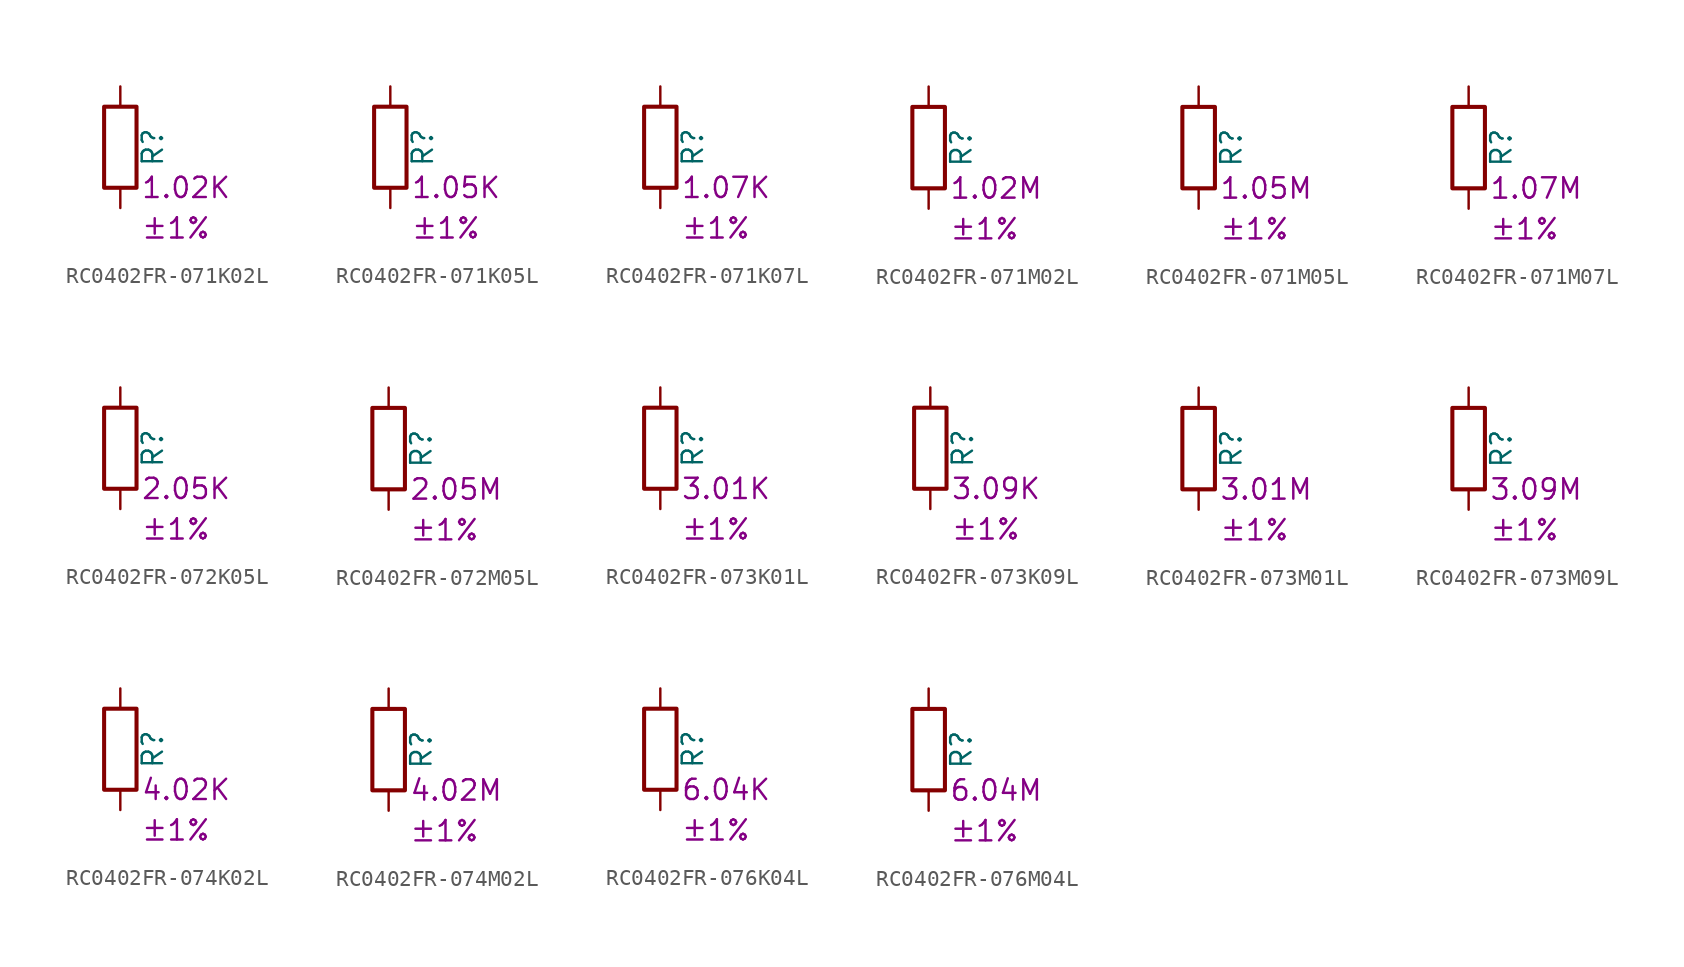
<source format=kicad_sym>
(kicad_symbol_lib
  (version 20220914)
  (generator kicad_symbol_editor)
  (symbol "RC0402FR-071K02L"
    (pin_numbers hide)
    (pin_names
      (offset 0))
    (property "Reference" "R"
      (at 2.032 0 90)
      (effects (font (size 1.27 1.27))))
    (property "Resistance" "1.02K"
      (at 1.27 -2.54 0)
      (effects (font (size 1.27 1.27)) (justify left)))
    (property "Tolerance" "±1%"
      (at 1.27 -5.08 0)
      (effects (font (size 1.27 1.27)) (justify left)))
    (symbol "RC0402FR-071K02L_0_1"
      (rectangle (start -1.016 -2.54) (end 1.016 2.54) (stroke (width 0.254) (type default)) (fill (type none))))
    (symbol "RC0402FR-071K02L_1_1"
      (pin passive line (at 0 3.81 270) (length 1.27) (name "~" (effects (font (size 1.27 1.27)))) (number "1" (effects (font (size 1.27 1.27)))))
      (pin passive line (at 0 -3.81 90) (length 1.27) (name "~" (effects (font (size 1.27 1.27)))) (number "2" (effects (font (size 1.27 1.27)))))))
  (symbol "RC0402FR-071K05L"
    (pin_numbers hide)
    (pin_names
      (offset 0))
    (property "Reference" "R"
      (at 2.032 0 90)
      (effects (font (size 1.27 1.27))))
    (property "Resistance" "1.05K"
      (at 1.27 -2.54 0)
      (effects (font (size 1.27 1.27)) (justify left)))
    (property "Tolerance" "±1%"
      (at 1.27 -5.08 0)
      (effects (font (size 1.27 1.27)) (justify left)))
    (symbol "RC0402FR-071K05L_0_1"
      (rectangle (start -1.016 -2.54) (end 1.016 2.54) (stroke (width 0.254) (type default)) (fill (type none))))
    (symbol "RC0402FR-071K05L_1_1"
      (pin passive line (at 0 3.81 270) (length 1.27) (name "~" (effects (font (size 1.27 1.27)))) (number "1" (effects (font (size 1.27 1.27)))))
      (pin passive line (at 0 -3.81 90) (length 1.27) (name "~" (effects (font (size 1.27 1.27)))) (number "2" (effects (font (size 1.27 1.27)))))))
  (symbol "RC0402FR-071K07L"
    (pin_numbers hide)
    (pin_names
      (offset 0))
    (property "Reference" "R"
      (at 2.032 0 90)
      (effects (font (size 1.27 1.27))))
    (property "Resistance" "1.07K"
      (at 1.27 -2.54 0)
      (effects (font (size 1.27 1.27)) (justify left)))
    (property "Tolerance" "±1%"
      (at 1.27 -5.08 0)
      (effects (font (size 1.27 1.27)) (justify left)))
    (symbol "RC0402FR-071K07L_0_1"
      (rectangle (start -1.016 -2.54) (end 1.016 2.54) (stroke (width 0.254) (type default)) (fill (type none))))
    (symbol "RC0402FR-071K07L_1_1"
      (pin passive line (at 0 3.81 270) (length 1.27) (name "~" (effects (font (size 1.27 1.27)))) (number "1" (effects (font (size 1.27 1.27)))))
      (pin passive line (at 0 -3.81 90) (length 1.27) (name "~" (effects (font (size 1.27 1.27)))) (number "2" (effects (font (size 1.27 1.27)))))))
  (symbol "RC0402FR-071M02L"
    (pin_numbers hide)
    (pin_names
      (offset 0))
    (property "Reference" "R"
      (at 2.032 0 90)
      (effects (font (size 1.27 1.27))))
    (property "Resistance" "1.02M"
      (at 1.27 -2.54 0)
      (effects (font (size 1.27 1.27)) (justify left)))
    (property "Tolerance" "±1%"
      (at 1.27 -5.08 0)
      (effects (font (size 1.27 1.27)) (justify left)))
    (symbol "RC0402FR-071M02L_0_1"
      (rectangle (start -1.016 -2.54) (end 1.016 2.54) (stroke (width 0.254) (type default)) (fill (type none))))
    (symbol "RC0402FR-071M02L_1_1"
      (pin passive line (at 0 3.81 270) (length 1.27) (name "~" (effects (font (size 1.27 1.27)))) (number "1" (effects (font (size 1.27 1.27)))))
      (pin passive line (at 0 -3.81 90) (length 1.27) (name "~" (effects (font (size 1.27 1.27)))) (number "2" (effects (font (size 1.27 1.27)))))))
  (symbol "RC0402FR-071M05L"
    (pin_numbers hide)
    (pin_names
      (offset 0))
    (property "Reference" "R"
      (at 2.032 0 90)
      (effects (font (size 1.27 1.27))))
    (property "Resistance" "1.05M"
      (at 1.27 -2.54 0)
      (effects (font (size 1.27 1.27)) (justify left)))
    (property "Tolerance" "±1%"
      (at 1.27 -5.08 0)
      (effects (font (size 1.27 1.27)) (justify left)))
    (symbol "RC0402FR-071M05L_0_1"
      (rectangle (start -1.016 -2.54) (end 1.016 2.54) (stroke (width 0.254) (type default)) (fill (type none))))
    (symbol "RC0402FR-071M05L_1_1"
      (pin passive line (at 0 3.81 270) (length 1.27) (name "~" (effects (font (size 1.27 1.27)))) (number "1" (effects (font (size 1.27 1.27)))))
      (pin passive line (at 0 -3.81 90) (length 1.27) (name "~" (effects (font (size 1.27 1.27)))) (number "2" (effects (font (size 1.27 1.27)))))))
  (symbol "RC0402FR-071M07L"
    (pin_numbers hide)
    (pin_names
      (offset 0))
    (property "Reference" "R"
      (at 2.032 0 90)
      (effects (font (size 1.27 1.27))))
    (property "Resistance" "1.07M"
      (at 1.27 -2.54 0)
      (effects (font (size 1.27 1.27)) (justify left)))
    (property "Tolerance" "±1%"
      (at 1.27 -5.08 0)
      (effects (font (size 1.27 1.27)) (justify left)))
    (symbol "RC0402FR-071M07L_0_1"
      (rectangle (start -1.016 -2.54) (end 1.016 2.54) (stroke (width 0.254) (type default)) (fill (type none))))
    (symbol "RC0402FR-071M07L_1_1"
      (pin passive line (at 0 3.81 270) (length 1.27) (name "~" (effects (font (size 1.27 1.27)))) (number "1" (effects (font (size 1.27 1.27)))))
      (pin passive line (at 0 -3.81 90) (length 1.27) (name "~" (effects (font (size 1.27 1.27)))) (number "2" (effects (font (size 1.27 1.27)))))))
  (symbol "RC0402FR-072K05L"
    (pin_numbers hide)
    (pin_names
      (offset 0))
    (property "Reference" "R"
      (at 2.032 0 90)
      (effects (font (size 1.27 1.27))))
    (property "Resistance" "2.05K"
      (at 1.27 -2.54 0)
      (effects (font (size 1.27 1.27)) (justify left)))
    (property "Tolerance" "±1%"
      (at 1.27 -5.08 0)
      (effects (font (size 1.27 1.27)) (justify left)))
    (symbol "RC0402FR-072K05L_0_1"
      (rectangle (start -1.016 -2.54) (end 1.016 2.54) (stroke (width 0.254) (type default)) (fill (type none))))
    (symbol "RC0402FR-072K05L_1_1"
      (pin passive line (at 0 3.81 270) (length 1.27) (name "~" (effects (font (size 1.27 1.27)))) (number "1" (effects (font (size 1.27 1.27)))))
      (pin passive line (at 0 -3.81 90) (length 1.27) (name "~" (effects (font (size 1.27 1.27)))) (number "2" (effects (font (size 1.27 1.27)))))))
  (symbol "RC0402FR-072M05L"
    (pin_numbers hide)
    (pin_names
      (offset 0))
    (property "Reference" "R"
      (at 2.032 0 90)
      (effects (font (size 1.27 1.27))))
    (property "Resistance" "2.05M"
      (at 1.27 -2.54 0)
      (effects (font (size 1.27 1.27)) (justify left)))
    (property "Tolerance" "±1%"
      (at 1.27 -5.08 0)
      (effects (font (size 1.27 1.27)) (justify left)))
    (symbol "RC0402FR-072M05L_0_1"
      (rectangle (start -1.016 -2.54) (end 1.016 2.54) (stroke (width 0.254) (type default)) (fill (type none))))
    (symbol "RC0402FR-072M05L_1_1"
      (pin passive line (at 0 3.81 270) (length 1.27) (name "~" (effects (font (size 1.27 1.27)))) (number "1" (effects (font (size 1.27 1.27)))))
      (pin passive line (at 0 -3.81 90) (length 1.27) (name "~" (effects (font (size 1.27 1.27)))) (number "2" (effects (font (size 1.27 1.27)))))))
  (symbol "RC0402FR-073K01L"
    (pin_numbers hide)
    (pin_names
      (offset 0))
    (property "Reference" "R"
      (at 2.032 0 90)
      (effects (font (size 1.27 1.27))))
    (property "Resistance" "3.01K"
      (at 1.27 -2.54 0)
      (effects (font (size 1.27 1.27)) (justify left)))
    (property "Tolerance" "±1%"
      (at 1.27 -5.08 0)
      (effects (font (size 1.27 1.27)) (justify left)))
    (symbol "RC0402FR-073K01L_0_1"
      (rectangle (start -1.016 -2.54) (end 1.016 2.54) (stroke (width 0.254) (type default)) (fill (type none))))
    (symbol "RC0402FR-073K01L_1_1"
      (pin passive line (at 0 3.81 270) (length 1.27) (name "~" (effects (font (size 1.27 1.27)))) (number "1" (effects (font (size 1.27 1.27)))))
      (pin passive line (at 0 -3.81 90) (length 1.27) (name "~" (effects (font (size 1.27 1.27)))) (number "2" (effects (font (size 1.27 1.27)))))))
  (symbol "RC0402FR-073K09L"
    (pin_numbers hide)
    (pin_names
      (offset 0))
    (property "Reference" "R"
      (at 2.032 0 90)
      (effects (font (size 1.27 1.27))))
    (property "Resistance" "3.09K"
      (at 1.27 -2.54 0)
      (effects (font (size 1.27 1.27)) (justify left)))
    (property "Tolerance" "±1%"
      (at 1.27 -5.08 0)
      (effects (font (size 1.27 1.27)) (justify left)))
    (symbol "RC0402FR-073K09L_0_1"
      (rectangle (start -1.016 -2.54) (end 1.016 2.54) (stroke (width 0.254) (type default)) (fill (type none))))
    (symbol "RC0402FR-073K09L_1_1"
      (pin passive line (at 0 3.81 270) (length 1.27) (name "~" (effects (font (size 1.27 1.27)))) (number "1" (effects (font (size 1.27 1.27)))))
      (pin passive line (at 0 -3.81 90) (length 1.27) (name "~" (effects (font (size 1.27 1.27)))) (number "2" (effects (font (size 1.27 1.27)))))))
  (symbol "RC0402FR-073M01L"
    (pin_numbers hide)
    (pin_names
      (offset 0))
    (property "Reference" "R"
      (at 2.032 0 90)
      (effects (font (size 1.27 1.27))))
    (property "Resistance" "3.01M"
      (at 1.27 -2.54 0)
      (effects (font (size 1.27 1.27)) (justify left)))
    (property "Tolerance" "±1%"
      (at 1.27 -5.08 0)
      (effects (font (size 1.27 1.27)) (justify left)))
    (symbol "RC0402FR-073M01L_0_1"
      (rectangle (start -1.016 -2.54) (end 1.016 2.54) (stroke (width 0.254) (type default)) (fill (type none))))
    (symbol "RC0402FR-073M01L_1_1"
      (pin passive line (at 0 3.81 270) (length 1.27) (name "~" (effects (font (size 1.27 1.27)))) (number "1" (effects (font (size 1.27 1.27)))))
      (pin passive line (at 0 -3.81 90) (length 1.27) (name "~" (effects (font (size 1.27 1.27)))) (number "2" (effects (font (size 1.27 1.27)))))))
  (symbol "RC0402FR-073M09L"
    (pin_numbers hide)
    (pin_names
      (offset 0))
    (property "Reference" "R"
      (at 2.032 0 90)
      (effects (font (size 1.27 1.27))))
    (property "Resistance" "3.09M"
      (at 1.27 -2.54 0)
      (effects (font (size 1.27 1.27)) (justify left)))
    (property "Tolerance" "±1%"
      (at 1.27 -5.08 0)
      (effects (font (size 1.27 1.27)) (justify left)))
    (symbol "RC0402FR-073M09L_0_1"
      (rectangle (start -1.016 -2.54) (end 1.016 2.54) (stroke (width 0.254) (type default)) (fill (type none))))
    (symbol "RC0402FR-073M09L_1_1"
      (pin passive line (at 0 3.81 270) (length 1.27) (name "~" (effects (font (size 1.27 1.27)))) (number "1" (effects (font (size 1.27 1.27)))))
      (pin passive line (at 0 -3.81 90) (length 1.27) (name "~" (effects (font (size 1.27 1.27)))) (number "2" (effects (font (size 1.27 1.27)))))))
  (symbol "RC0402FR-074K02L"
    (pin_numbers hide)
    (pin_names
      (offset 0))
    (property "Reference" "R"
      (at 2.032 0 90)
      (effects (font (size 1.27 1.27))))
    (property "Resistance" "4.02K"
      (at 1.27 -2.54 0)
      (effects (font (size 1.27 1.27)) (justify left)))
    (property "Tolerance" "±1%"
      (at 1.27 -5.08 0)
      (effects (font (size 1.27 1.27)) (justify left)))
    (symbol "RC0402FR-074K02L_0_1"
      (rectangle (start -1.016 -2.54) (end 1.016 2.54) (stroke (width 0.254) (type default)) (fill (type none))))
    (symbol "RC0402FR-074K02L_1_1"
      (pin passive line (at 0 3.81 270) (length 1.27) (name "~" (effects (font (size 1.27 1.27)))) (number "1" (effects (font (size 1.27 1.27)))))
      (pin passive line (at 0 -3.81 90) (length 1.27) (name "~" (effects (font (size 1.27 1.27)))) (number "2" (effects (font (size 1.27 1.27)))))))
  (symbol "RC0402FR-074M02L"
    (pin_numbers hide)
    (pin_names
      (offset 0))
    (property "Reference" "R"
      (at 2.032 0 90)
      (effects (font (size 1.27 1.27))))
    (property "Resistance" "4.02M"
      (at 1.27 -2.54 0)
      (effects (font (size 1.27 1.27)) (justify left)))
    (property "Tolerance" "±1%"
      (at 1.27 -5.08 0)
      (effects (font (size 1.27 1.27)) (justify left)))
    (symbol "RC0402FR-074M02L_0_1"
      (rectangle (start -1.016 -2.54) (end 1.016 2.54) (stroke (width 0.254) (type default)) (fill (type none))))
    (symbol "RC0402FR-074M02L_1_1"
      (pin passive line (at 0 3.81 270) (length 1.27) (name "~" (effects (font (size 1.27 1.27)))) (number "1" (effects (font (size 1.27 1.27)))))
      (pin passive line (at 0 -3.81 90) (length 1.27) (name "~" (effects (font (size 1.27 1.27)))) (number "2" (effects (font (size 1.27 1.27)))))))
  (symbol "RC0402FR-076K04L"
    (pin_numbers hide)
    (pin_names
      (offset 0))
    (property "Reference" "R"
      (at 2.032 0 90)
      (effects (font (size 1.27 1.27))))
    (property "Resistance" "6.04K"
      (at 1.27 -2.54 0)
      (effects (font (size 1.27 1.27)) (justify left)))
    (property "Tolerance" "±1%"
      (at 1.27 -5.08 0)
      (effects (font (size 1.27 1.27)) (justify left)))
    (symbol "RC0402FR-076K04L_0_1"
      (rectangle (start -1.016 -2.54) (end 1.016 2.54) (stroke (width 0.254) (type default)) (fill (type none))))
    (symbol "RC0402FR-076K04L_1_1"
      (pin passive line (at 0 3.81 270) (length 1.27) (name "~" (effects (font (size 1.27 1.27)))) (number "1" (effects (font (size 1.27 1.27)))))
      (pin passive line (at 0 -3.81 90) (length 1.27) (name "~" (effects (font (size 1.27 1.27)))) (number "2" (effects (font (size 1.27 1.27)))))))
  (symbol "RC0402FR-076M04L"
    (pin_numbers hide)
    (pin_names
      (offset 0))
    (property "Reference" "R"
      (at 2.032 0 90)
      (effects (font (size 1.27 1.27))))
    (property "Resistance" "6.04M"
      (at 1.27 -2.54 0)
      (effects (font (size 1.27 1.27)) (justify left)))
    (property "Tolerance" "±1%"
      (at 1.27 -5.08 0)
      (effects (font (size 1.27 1.27)) (justify left)))
    (symbol "RC0402FR-076M04L_0_1"
      (rectangle (start -1.016 -2.54) (end 1.016 2.54) (stroke (width 0.254) (type default)) (fill (type none))))
    (symbol "RC0402FR-076M04L_1_1"
      (pin passive line (at 0 3.81 270) (length 1.27) (name "~" (effects (font (size 1.27 1.27)))) (number "1" (effects (font (size 1.27 1.27)))))
      (pin passive line (at 0 -3.81 90) (length 1.27) (name "~" (effects (font (size 1.27 1.27)))) (number "2" (effects (font (size 1.27 1.27))))))))
</source>
